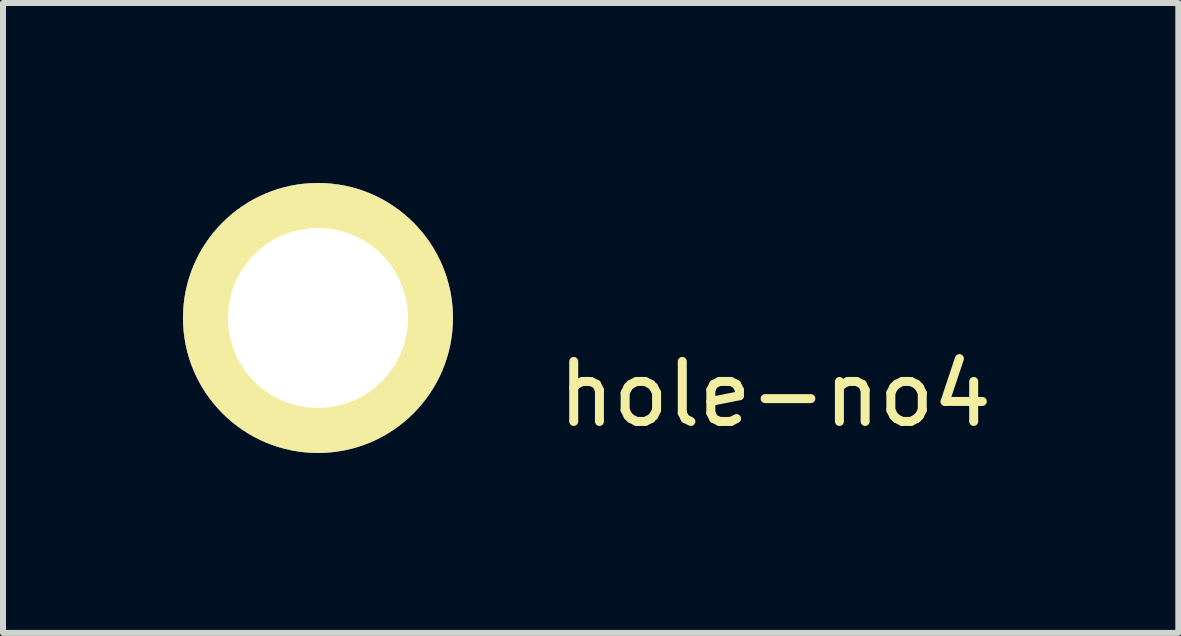
<source format=kicad_pcb>
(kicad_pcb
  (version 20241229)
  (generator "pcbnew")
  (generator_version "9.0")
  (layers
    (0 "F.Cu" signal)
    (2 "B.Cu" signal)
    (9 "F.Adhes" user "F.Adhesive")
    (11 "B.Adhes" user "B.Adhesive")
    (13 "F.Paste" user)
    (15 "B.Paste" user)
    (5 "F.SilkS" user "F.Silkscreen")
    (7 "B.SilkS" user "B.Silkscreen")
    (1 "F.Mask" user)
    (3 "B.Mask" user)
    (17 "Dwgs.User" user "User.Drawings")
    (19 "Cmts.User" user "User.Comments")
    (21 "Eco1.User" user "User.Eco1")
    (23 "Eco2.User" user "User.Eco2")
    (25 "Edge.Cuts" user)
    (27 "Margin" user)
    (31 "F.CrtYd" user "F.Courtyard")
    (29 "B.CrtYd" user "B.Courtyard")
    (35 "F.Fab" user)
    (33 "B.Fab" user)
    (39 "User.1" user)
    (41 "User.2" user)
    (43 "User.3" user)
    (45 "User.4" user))
  (footprint "hole-no4"
    (layer "F.Cu")
    (at 2.25 2.25)
    (property "Reference" "hole-no4" (at 7.62 1.27 0) (layer "F.SilkS") (effects (font (size 1 1) (thickness 0.15))))
    (attr through_hole)
    (pad "1" thru_hole circle (at 0 0) (size 4.5 4.5) (drill 3) (layers "*.Cu" "*.Mask" "F.SilkS")))
  (gr_rect
    (start -3 -3)
    (end 16.59 7.5)
    (stroke (width 0.1) (type default))
    (fill no)
    (layer "Edge.Cuts")))
</source>
